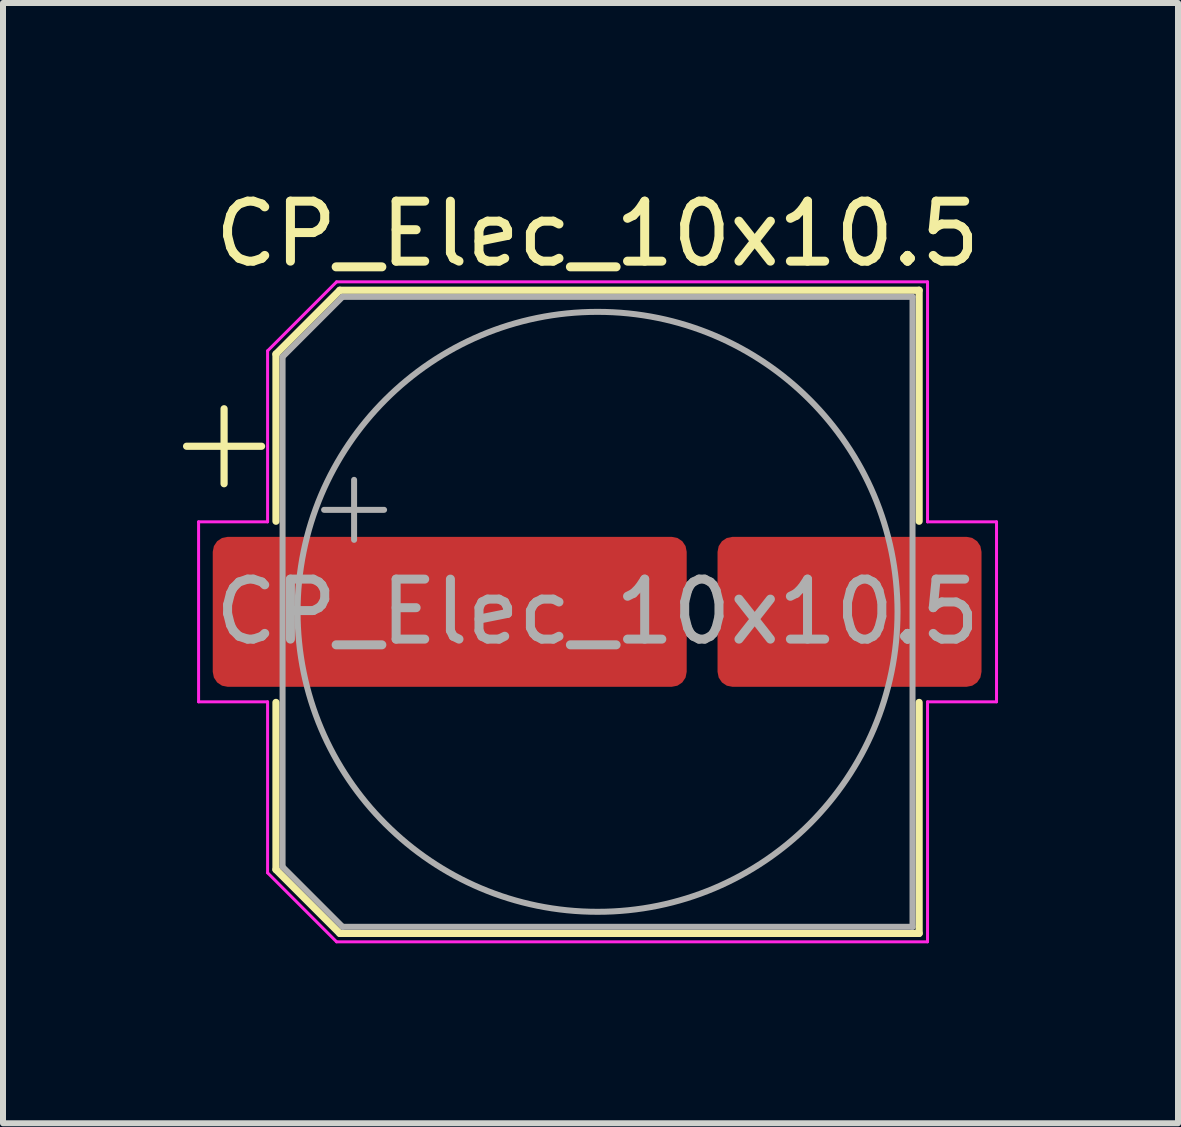
<source format=kicad_pcb>
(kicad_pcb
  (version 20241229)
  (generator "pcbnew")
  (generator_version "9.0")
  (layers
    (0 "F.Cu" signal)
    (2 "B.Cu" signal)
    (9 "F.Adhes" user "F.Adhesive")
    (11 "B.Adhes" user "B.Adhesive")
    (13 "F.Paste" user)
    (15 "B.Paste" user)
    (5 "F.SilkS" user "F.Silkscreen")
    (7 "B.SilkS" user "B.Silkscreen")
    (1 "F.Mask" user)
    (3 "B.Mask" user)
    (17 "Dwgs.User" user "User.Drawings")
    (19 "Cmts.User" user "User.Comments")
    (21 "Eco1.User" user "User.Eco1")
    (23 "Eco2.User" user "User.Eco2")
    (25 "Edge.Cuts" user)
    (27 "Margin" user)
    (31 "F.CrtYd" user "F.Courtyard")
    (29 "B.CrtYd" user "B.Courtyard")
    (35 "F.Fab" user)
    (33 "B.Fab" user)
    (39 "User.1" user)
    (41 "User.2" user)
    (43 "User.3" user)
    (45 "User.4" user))
  (footprint "CP_Elec_10x10.5"
    (layer "F.Cu")
    (at 6.91 7.148)
    (property "Reference" "CP_Elec_10x10.5" (at 0 -6.3 0) (layer "F.SilkS") (effects (font (size 1 1) (thickness 0.15))))
    (attr smd)
    (fp_line (start -6.85 -2.76) (end -5.6 -2.76) (stroke (width 0.12) (type solid)) (layer "F.SilkS"))
    (fp_line (start -6.225 -3.385) (end -6.225 -2.135) (stroke (width 0.12) (type solid)) (layer "F.SilkS"))
    (fp_line (start -5.36 -4.296) (end -5.36 -1.51) (stroke (width 0.12) (type solid)) (layer "F.SilkS"))
    (fp_line (start -5.36 -4.296) (end -4.296 -5.36) (stroke (width 0.12) (type solid)) (layer "F.SilkS"))
    (fp_line (start -5.36 4.296) (end -5.36 1.51) (stroke (width 0.12) (type solid)) (layer "F.SilkS"))
    (fp_line (start -5.36 4.296) (end -4.296 5.36) (stroke (width 0.12) (type solid)) (layer "F.SilkS"))
    (fp_line (start -4.296 -5.36) (end 5.36 -5.36) (stroke (width 0.12) (type solid)) (layer "F.SilkS"))
    (fp_line (start -4.296 5.36) (end 5.36 5.36) (stroke (width 0.12) (type solid)) (layer "F.SilkS"))
    (fp_line (start 5.36 -5.36) (end 5.36 -1.51) (stroke (width 0.12) (type solid)) (layer "F.SilkS"))
    (fp_line (start 5.36 5.36) (end 5.36 1.51) (stroke (width 0.12) (type solid)) (layer "F.SilkS"))
    (fp_line (start -6.65 -1.5) (end -6.65 1.5) (stroke (width 0.05) (type solid)) (layer "F.CrtYd"))
    (fp_line (start -6.65 1.5) (end -5.5 1.5) (stroke (width 0.05) (type solid)) (layer "F.CrtYd"))
    (fp_line (start -5.5 -4.35) (end -5.5 -1.5) (stroke (width 0.05) (type solid)) (layer "F.CrtYd"))
    (fp_line (start -5.5 -4.35) (end -4.35 -5.5) (stroke (width 0.05) (type solid)) (layer "F.CrtYd"))
    (fp_line (start -5.5 -1.5) (end -6.65 -1.5) (stroke (width 0.05) (type solid)) (layer "F.CrtYd"))
    (fp_line (start -5.5 1.5) (end -5.5 4.35) (stroke (width 0.05) (type solid)) (layer "F.CrtYd"))
    (fp_line (start -5.5 4.35) (end -4.35 5.5) (stroke (width 0.05) (type solid)) (layer "F.CrtYd"))
    (fp_line (start -4.35 -5.5) (end 5.5 -5.5) (stroke (width 0.05) (type solid)) (layer "F.CrtYd"))
    (fp_line (start -4.35 5.5) (end 5.5 5.5) (stroke (width 0.05) (type solid)) (layer "F.CrtYd"))
    (fp_line (start 5.5 -5.5) (end 5.5 -1.5) (stroke (width 0.05) (type solid)) (layer "F.CrtYd"))
    (fp_line (start 5.5 -1.5) (end 6.65 -1.5) (stroke (width 0.05) (type solid)) (layer "F.CrtYd"))
    (fp_line (start 5.5 1.5) (end 5.5 5.5) (stroke (width 0.05) (type solid)) (layer "F.CrtYd"))
    (fp_line (start 6.65 -1.5) (end 6.65 1.5) (stroke (width 0.05) (type solid)) (layer "F.CrtYd"))
    (fp_line (start 6.65 1.5) (end 5.5 1.5) (stroke (width 0.05) (type solid)) (layer "F.CrtYd"))
    (fp_line (start -5.25 -4.25) (end -5.25 4.25) (stroke (width 0.1) (type solid)) (layer "F.Fab"))
    (fp_line (start -5.25 -4.25) (end -4.25 -5.25) (stroke (width 0.1) (type solid)) (layer "F.Fab"))
    (fp_line (start -5.25 4.25) (end -4.25 5.25) (stroke (width 0.1) (type solid)) (layer "F.Fab"))
    (fp_line (start -4.558 -1.7) (end -3.558 -1.7) (stroke (width 0.1) (type solid)) (layer "F.Fab"))
    (fp_line (start -4.25 -5.25) (end 5.25 -5.25) (stroke (width 0.1) (type solid)) (layer "F.Fab"))
    (fp_line (start -4.25 5.25) (end 5.25 5.25) (stroke (width 0.1) (type solid)) (layer "F.Fab"))
    (fp_line (start -4.058 -2.2) (end -4.058 -1.2) (stroke (width 0.1) (type solid)) (layer "F.Fab"))
    (fp_line (start 5.25 -5.25) (end 5.25 5.25) (stroke (width 0.1) (type solid)) (layer "F.Fab"))
    (fp_circle (center 0 0) (end 5 0) (stroke (width 0.1) (type solid)) (fill no) (layer "F.Fab"))
    (fp_text user "${REFERENCE}" (at 0 0 0) (layer "F.Fab") (effects (font (size 1 1) (thickness 0.15))))
    (pad "1" smd roundrect (at -2.464 0) (size 7.9 2.5) (layers "F.Cu" "F.Mask" "F.Paste") (roundrect_rratio 0.1))
    (pad "2" smd roundrect (at 4.2 0) (size 4.4 2.5) (layers "F.Cu" "F.Mask" "F.Paste") (roundrect_rratio 0.1)))
  (gr_rect
    (start -3 -3)
    (end 16.585 15.673)
    (stroke (width 0.1) (type default))
    (fill no)
    (layer "Edge.Cuts")))
</source>
